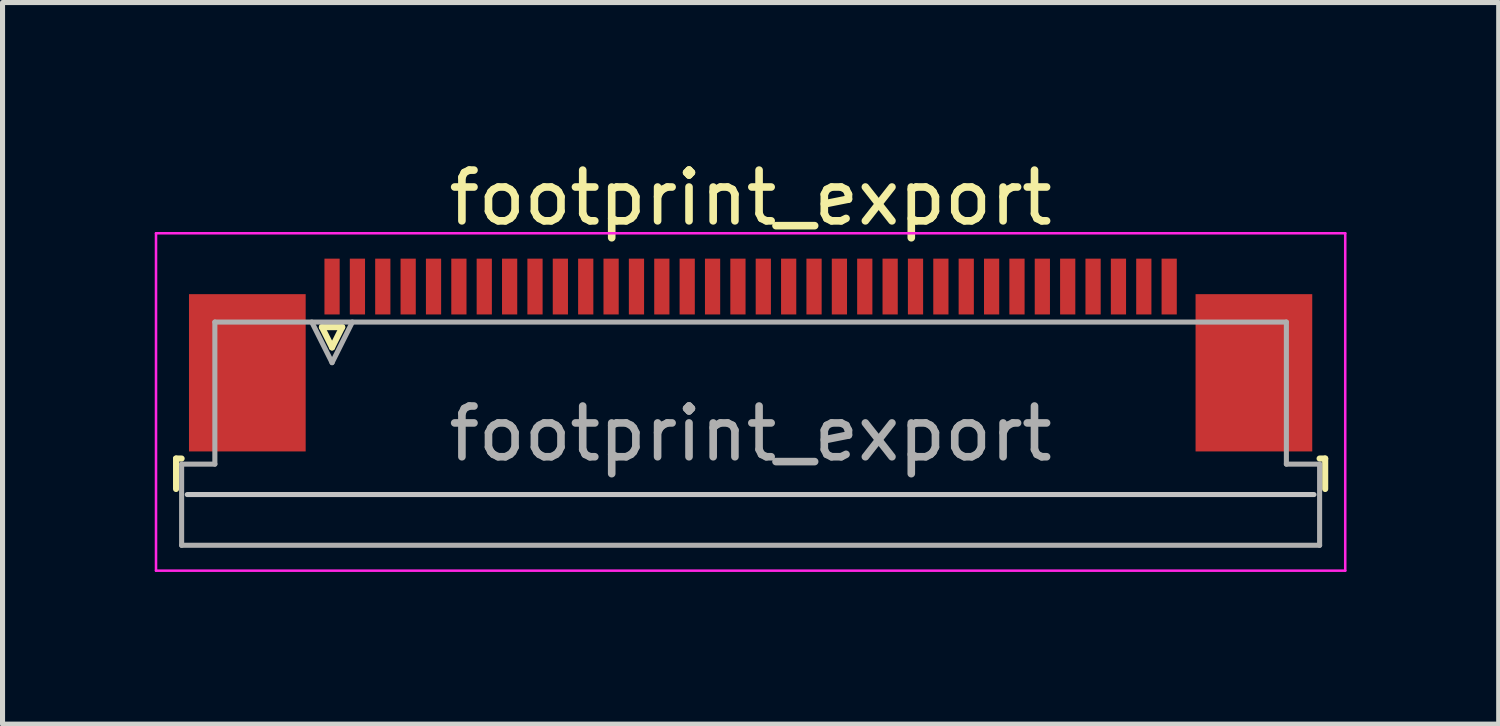
<source format=kicad_pcb>
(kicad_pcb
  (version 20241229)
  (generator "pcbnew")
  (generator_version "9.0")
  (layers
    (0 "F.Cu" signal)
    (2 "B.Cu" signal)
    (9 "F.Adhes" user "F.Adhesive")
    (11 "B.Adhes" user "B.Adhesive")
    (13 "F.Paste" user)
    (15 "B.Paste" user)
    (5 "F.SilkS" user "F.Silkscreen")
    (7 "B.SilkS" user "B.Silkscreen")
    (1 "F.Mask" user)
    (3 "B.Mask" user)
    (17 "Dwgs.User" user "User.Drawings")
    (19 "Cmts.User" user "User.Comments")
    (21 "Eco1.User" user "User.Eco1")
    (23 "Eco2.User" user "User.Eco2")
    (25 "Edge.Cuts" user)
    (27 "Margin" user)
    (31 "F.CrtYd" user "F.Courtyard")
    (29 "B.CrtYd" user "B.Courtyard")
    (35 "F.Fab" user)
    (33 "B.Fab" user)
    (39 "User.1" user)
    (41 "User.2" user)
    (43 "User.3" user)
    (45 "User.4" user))
  (footprint "footprint_export"
    (layer "F.Cu")
    (at 11.745 3.948)
    (property "Reference" "footprint_export" (at 0 -3.1 0) (layer "F.SilkS") (effects (font (size 1 1) (thickness 0.15))))
    (attr smd)
    (fp_line (start -11.325 2.04) (end -11.325 2.64) (stroke (width 0.12) (type solid)) (layer "F.SilkS"))
    (fp_line (start -11.215 2.04) (end -11.325 2.04) (stroke (width 0.12) (type solid)) (layer "F.SilkS"))
    (fp_line (start -8.45 -0.55) (end -8.25 -0.15) (stroke (width 0.12) (type solid)) (layer "F.SilkS"))
    (fp_line (start -8.25 -0.15) (end -8.05 -0.55) (stroke (width 0.12) (type solid)) (layer "F.SilkS"))
    (fp_line (start -8.05 -0.55) (end -8.45 -0.55) (stroke (width 0.12) (type solid)) (layer "F.SilkS"))
    (fp_line (start 11.215 2.04) (end 11.325 2.04) (stroke (width 0.12) (type solid)) (layer "F.SilkS"))
    (fp_line (start 11.325 2.04) (end 11.325 2.64) (stroke (width 0.12) (type solid)) (layer "F.SilkS"))
    (fp_line (start 11.105 2.75) (end -11.105 2.75) (stroke (width 0.1) (type solid)) (layer "Dwgs.User"))
    (fp_line (start -11.72 -2.4) (end -11.72 4.25) (stroke (width 0.05) (type solid)) (layer "F.CrtYd"))
    (fp_line (start -11.72 4.25) (end 11.72 4.25) (stroke (width 0.05) (type solid)) (layer "F.CrtYd"))
    (fp_line (start 11.72 -2.4) (end -11.72 -2.4) (stroke (width 0.05) (type solid)) (layer "F.CrtYd"))
    (fp_line (start 11.72 4.25) (end 11.72 -2.4) (stroke (width 0.05) (type solid)) (layer "F.CrtYd"))
    (fp_line (start -11.215 2.15) (end -10.56 2.15) (stroke (width 0.1) (type solid)) (layer "F.Fab"))
    (fp_line (start -11.215 3.75) (end -11.215 2.15) (stroke (width 0.1) (type solid)) (layer "F.Fab"))
    (fp_line (start -10.56 -0.65) (end 10.56 -0.65) (stroke (width 0.1) (type solid)) (layer "F.Fab"))
    (fp_line (start -10.56 2.15) (end -10.56 -0.65) (stroke (width 0.1) (type solid)) (layer "F.Fab"))
    (fp_line (start -8.65 -0.65) (end -8.25 0.15) (stroke (width 0.1) (type solid)) (layer "F.Fab"))
    (fp_line (start -8.25 0.15) (end -7.85 -0.65) (stroke (width 0.1) (type solid)) (layer "F.Fab"))
    (fp_line (start 10.56 -0.65) (end 10.56 2.15) (stroke (width 0.1) (type solid)) (layer "F.Fab"))
    (fp_line (start 10.56 2.15) (end 11.215 2.15) (stroke (width 0.1) (type solid)) (layer "F.Fab"))
    (fp_line (start 11.215 2.15) (end 11.215 3.75) (stroke (width 0.1) (type solid)) (layer "F.Fab"))
    (fp_line (start 11.215 3.75) (end -11.215 3.75) (stroke (width 0.1) (type solid)) (layer "F.Fab"))
    (fp_text user "${REFERENCE}" (at 0 1.55 0) (layer "F.Fab") (effects (font (size 1 1) (thickness 0.15))))
    (pad "1" smd rect (at -8.25 -1.35) (size 0.3 1.1) (layers "F.Cu" "F.Mask" "F.Paste"))
    (pad "2" smd rect (at -7.75 -1.35) (size 0.3 1.1) (layers "F.Cu" "F.Mask" "F.Paste"))
    (pad "3" smd rect (at -7.25 -1.35) (size 0.3 1.1) (layers "F.Cu" "F.Mask" "F.Paste"))
    (pad "4" smd rect (at -6.75 -1.35) (size 0.3 1.1) (layers "F.Cu" "F.Mask" "F.Paste"))
    (pad "5" smd rect (at -6.25 -1.35) (size 0.3 1.1) (layers "F.Cu" "F.Mask" "F.Paste"))
    (pad "6" smd rect (at -5.75 -1.35) (size 0.3 1.1) (layers "F.Cu" "F.Mask" "F.Paste"))
    (pad "7" smd rect (at -5.25 -1.35) (size 0.3 1.1) (layers "F.Cu" "F.Mask" "F.Paste"))
    (pad "8" smd rect (at -4.75 -1.35) (size 0.3 1.1) (layers "F.Cu" "F.Mask" "F.Paste"))
    (pad "9" smd rect (at -4.25 -1.35) (size 0.3 1.1) (layers "F.Cu" "F.Mask" "F.Paste"))
    (pad "10" smd rect (at -3.75 -1.35) (size 0.3 1.1) (layers "F.Cu" "F.Mask" "F.Paste"))
    (pad "11" smd rect (at -3.25 -1.35) (size 0.3 1.1) (layers "F.Cu" "F.Mask" "F.Paste"))
    (pad "12" smd rect (at -2.75 -1.35) (size 0.3 1.1) (layers "F.Cu" "F.Mask" "F.Paste"))
    (pad "13" smd rect (at -2.25 -1.35) (size 0.3 1.1) (layers "F.Cu" "F.Mask" "F.Paste"))
    (pad "14" smd rect (at -1.75 -1.35) (size 0.3 1.1) (layers "F.Cu" "F.Mask" "F.Paste"))
    (pad "15" smd rect (at -1.25 -1.35) (size 0.3 1.1) (layers "F.Cu" "F.Mask" "F.Paste"))
    (pad "16" smd rect (at -0.75 -1.35) (size 0.3 1.1) (layers "F.Cu" "F.Mask" "F.Paste"))
    (pad "17" smd rect (at -0.25 -1.35) (size 0.3 1.1) (layers "F.Cu" "F.Mask" "F.Paste"))
    (pad "18" smd rect (at 0.25 -1.35) (size 0.3 1.1) (layers "F.Cu" "F.Mask" "F.Paste"))
    (pad "19" smd rect (at 0.75 -1.35) (size 0.3 1.1) (layers "F.Cu" "F.Mask" "F.Paste"))
    (pad "20" smd rect (at 1.25 -1.35) (size 0.3 1.1) (layers "F.Cu" "F.Mask" "F.Paste"))
    (pad "21" smd rect (at 1.75 -1.35) (size 0.3 1.1) (layers "F.Cu" "F.Mask" "F.Paste"))
    (pad "22" smd rect (at 2.25 -1.35) (size 0.3 1.1) (layers "F.Cu" "F.Mask" "F.Paste"))
    (pad "23" smd rect (at 2.75 -1.35) (size 0.3 1.1) (layers "F.Cu" "F.Mask" "F.Paste"))
    (pad "24" smd rect (at 3.25 -1.35) (size 0.3 1.1) (layers "F.Cu" "F.Mask" "F.Paste"))
    (pad "25" smd rect (at 3.75 -1.35) (size 0.3 1.1) (layers "F.Cu" "F.Mask" "F.Paste"))
    (pad "26" smd rect (at 4.25 -1.35) (size 0.3 1.1) (layers "F.Cu" "F.Mask" "F.Paste"))
    (pad "27" smd rect (at 4.75 -1.35) (size 0.3 1.1) (layers "F.Cu" "F.Mask" "F.Paste"))
    (pad "28" smd rect (at 5.25 -1.35) (size 0.3 1.1) (layers "F.Cu" "F.Mask" "F.Paste"))
    (pad "29" smd rect (at 5.75 -1.35) (size 0.3 1.1) (layers "F.Cu" "F.Mask" "F.Paste"))
    (pad "30" smd rect (at 6.25 -1.35) (size 0.3 1.1) (layers "F.Cu" "F.Mask" "F.Paste"))
    (pad "31" smd rect (at 6.75 -1.35) (size 0.3 1.1) (layers "F.Cu" "F.Mask" "F.Paste"))
    (pad "32" smd rect (at 7.25 -1.35) (size 0.3 1.1) (layers "F.Cu" "F.Mask" "F.Paste"))
    (pad "33" smd rect (at 7.75 -1.35) (size 0.3 1.1) (layers "F.Cu" "F.Mask" "F.Paste"))
    (pad "34" smd rect (at 8.25 -1.35) (size 0.3 1.1) (layers "F.Cu" "F.Mask" "F.Paste"))
    (pad "MP" smd rect (at -9.92 0.35) (size 2.3 3.1) (layers "F.Cu" "F.Mask" "F.Paste"))
    (pad "MP" smd rect (at 9.92 0.35) (size 2.3 3.1) (layers "F.Cu" "F.Mask" "F.Paste")))
  (gr_rect
    (start -3 -3)
    (end 26.49 11.223)
    (stroke (width 0.1) (type default))
    (fill no)
    (layer "Edge.Cuts")))
</source>
